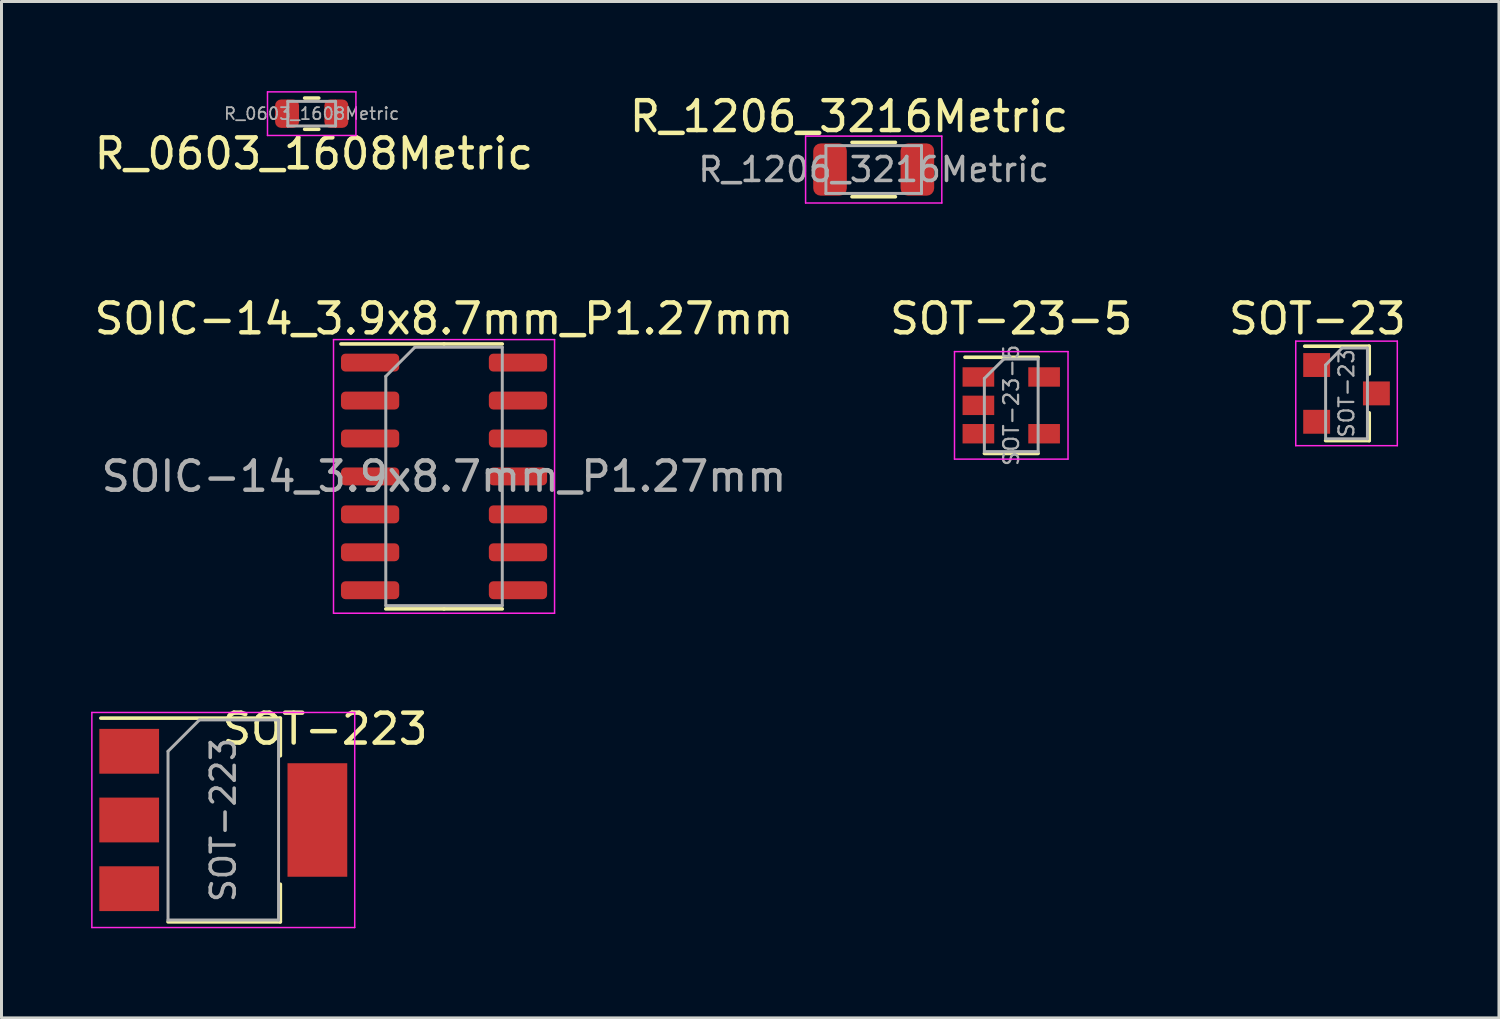
<source format=kicad_pcb>
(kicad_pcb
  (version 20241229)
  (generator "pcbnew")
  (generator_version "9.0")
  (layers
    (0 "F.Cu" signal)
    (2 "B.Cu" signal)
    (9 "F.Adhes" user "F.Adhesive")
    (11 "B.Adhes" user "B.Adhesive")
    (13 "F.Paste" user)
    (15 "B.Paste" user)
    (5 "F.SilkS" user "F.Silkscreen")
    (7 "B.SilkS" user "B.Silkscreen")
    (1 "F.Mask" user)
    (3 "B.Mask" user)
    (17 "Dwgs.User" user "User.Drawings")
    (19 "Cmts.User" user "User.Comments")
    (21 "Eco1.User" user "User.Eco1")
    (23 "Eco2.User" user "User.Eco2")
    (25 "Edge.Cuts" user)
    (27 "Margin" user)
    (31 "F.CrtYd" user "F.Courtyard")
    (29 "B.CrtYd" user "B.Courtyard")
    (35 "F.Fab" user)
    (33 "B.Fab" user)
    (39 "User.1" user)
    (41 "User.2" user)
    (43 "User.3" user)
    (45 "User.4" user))
  (footprint "SOT-23"
    (layer "F.Cu")
    (at 42.028 10.12)
    (property "Reference" "SOT-23" (at -0.974 -2.5 0) (layer "F.SilkS") (effects (font (size 1 1) (thickness 0.15))))
    (attr smd)
    (fp_line (start 0.76 -1.58) (end -1.4 -1.58) (stroke (width 0.12) (type solid)) (layer "F.SilkS"))
    (fp_line (start 0.76 -1.58) (end 0.76 -0.65) (stroke (width 0.12) (type solid)) (layer "F.SilkS"))
    (fp_line (start 0.76 1.58) (end -0.7 1.58) (stroke (width 0.12) (type solid)) (layer "F.SilkS"))
    (fp_line (start 0.76 1.58) (end 0.76 0.65) (stroke (width 0.12) (type solid)) (layer "F.SilkS"))
    (fp_line (start -1.7 -1.75) (end 1.7 -1.75) (stroke (width 0.05) (type solid)) (layer "F.CrtYd"))
    (fp_line (start -1.7 1.75) (end -1.7 -1.75) (stroke (width 0.05) (type solid)) (layer "F.CrtYd"))
    (fp_line (start 1.7 -1.75) (end 1.7 1.75) (stroke (width 0.05) (type solid)) (layer "F.CrtYd"))
    (fp_line (start 1.7 1.75) (end -1.7 1.75) (stroke (width 0.05) (type solid)) (layer "F.CrtYd"))
    (fp_line (start -0.7 -0.95) (end -0.7 1.5) (stroke (width 0.1) (type solid)) (layer "F.Fab"))
    (fp_line (start -0.7 -0.95) (end -0.15 -1.52) (stroke (width 0.1) (type solid)) (layer "F.Fab"))
    (fp_line (start -0.7 1.52) (end 0.7 1.52) (stroke (width 0.1) (type solid)) (layer "F.Fab"))
    (fp_line (start -0.15 -1.52) (end 0.7 -1.52) (stroke (width 0.1) (type solid)) (layer "F.Fab"))
    (fp_line (start 0.7 -1.52) (end 0.7 1.52) (stroke (width 0.1) (type solid)) (layer "F.Fab"))
    (fp_text user "${REFERENCE}" (at 0 0 90) (layer "F.Fab") (effects (font (size 0.5 0.5) (thickness 0.075))))
    (pad "1" smd rect (at -1 -0.95) (size 0.9 0.8) (layers "F.Cu" "F.Mask" "F.Paste"))
    (pad "2" smd rect (at -1 0.95) (size 0.9 0.8) (layers "F.Cu" "F.Mask" "F.Paste"))
    (pad "3" smd rect (at 1 0) (size 0.9 0.8) (layers "F.Cu" "F.Mask" "F.Paste")))
  (footprint "R_1206_3216Metric"
    (layer "F.Cu")
    (at 26.199 2.626)
    (property "Reference" "R_1206_3216Metric" (at -0.824 -1.778 0) (layer "F.SilkS") (effects (font (size 1 1) (thickness 0.15))))
    (attr smd)
    (fp_line (start -0.727 -0.91) (end 0.727 -0.91) (stroke (width 0.12) (type solid)) (layer "F.SilkS"))
    (fp_line (start -0.727 0.91) (end 0.727 0.91) (stroke (width 0.12) (type solid)) (layer "F.SilkS"))
    (fp_line (start -2.28 -1.12) (end 2.28 -1.12) (stroke (width 0.05) (type solid)) (layer "F.CrtYd"))
    (fp_line (start -2.28 1.12) (end -2.28 -1.12) (stroke (width 0.05) (type solid)) (layer "F.CrtYd"))
    (fp_line (start 2.28 -1.12) (end 2.28 1.12) (stroke (width 0.05) (type solid)) (layer "F.CrtYd"))
    (fp_line (start 2.28 1.12) (end -2.28 1.12) (stroke (width 0.05) (type solid)) (layer "F.CrtYd"))
    (fp_line (start -1.6 -0.8) (end 1.6 -0.8) (stroke (width 0.1) (type solid)) (layer "F.Fab"))
    (fp_line (start -1.6 0.8) (end -1.6 -0.8) (stroke (width 0.1) (type solid)) (layer "F.Fab"))
    (fp_line (start 1.6 -0.8) (end 1.6 0.8) (stroke (width 0.1) (type solid)) (layer "F.Fab"))
    (fp_line (start 1.6 0.8) (end -1.6 0.8) (stroke (width 0.1) (type solid)) (layer "F.Fab"))
    (fp_text user "${REFERENCE}" (at 0 0 0) (layer "F.Fab") (effects (font (size 0.8 0.8) (thickness 0.12))))
    (pad "1" smd roundrect (at -1.462 0) (size 1.125 1.75) (layers "F.Cu" "F.Mask" "F.Paste") (roundrect_rratio 0.222))
    (pad "2" smd roundrect (at 1.462 0) (size 1.125 1.75) (layers "F.Cu" "F.Mask" "F.Paste") (roundrect_rratio 0.222)))
  (footprint "R_0603_1608Metric"
    (layer "F.Cu")
    (at 7.385 0.755)
    (property "Reference" "R_0603_1608Metric" (at 0.073 1.34 0) (layer "F.SilkS") (effects (font (size 1 1) (thickness 0.15))))
    (attr smd)
    (fp_line (start -0.237 -0.522) (end 0.237 -0.522) (stroke (width 0.12) (type solid)) (layer "F.SilkS"))
    (fp_line (start -0.237 0.522) (end 0.237 0.522) (stroke (width 0.12) (type solid)) (layer "F.SilkS"))
    (fp_line (start -1.48 -0.73) (end 1.48 -0.73) (stroke (width 0.05) (type solid)) (layer "F.CrtYd"))
    (fp_line (start -1.48 0.73) (end -1.48 -0.73) (stroke (width 0.05) (type solid)) (layer "F.CrtYd"))
    (fp_line (start 1.48 -0.73) (end 1.48 0.73) (stroke (width 0.05) (type solid)) (layer "F.CrtYd"))
    (fp_line (start 1.48 0.73) (end -1.48 0.73) (stroke (width 0.05) (type solid)) (layer "F.CrtYd"))
    (fp_line (start -0.8 -0.412) (end 0.8 -0.412) (stroke (width 0.1) (type solid)) (layer "F.Fab"))
    (fp_line (start -0.8 0.412) (end -0.8 -0.412) (stroke (width 0.1) (type solid)) (layer "F.Fab"))
    (fp_line (start 0.8 -0.412) (end 0.8 0.412) (stroke (width 0.1) (type solid)) (layer "F.Fab"))
    (fp_line (start 0.8 0.412) (end -0.8 0.412) (stroke (width 0.1) (type solid)) (layer "F.Fab"))
    (fp_text user "${REFERENCE}" (at 0 0 0) (layer "F.Fab") (effects (font (size 0.4 0.4) (thickness 0.06))))
    (pad "1" smd roundrect (at -0.825 0) (size 0.8 0.95) (layers "F.Cu" "F.Mask" "F.Paste") (roundrect_rratio 0.25))
    (pad "2" smd roundrect (at 0.825 0) (size 0.8 0.95) (layers "F.Cu" "F.Mask" "F.Paste") (roundrect_rratio 0.25)))
  (footprint "SOIC-14_3.9x8.7mm_P1.27mm"
    (layer "F.Cu")
    (at 11.815 12.899)
    (property "Reference" "SOIC-14_3.9x8.7mm_P1.27mm" (at 0 -5.28 180) (layer "F.SilkS") (effects (font (size 1 1) (thickness 0.15))))
    (attr smd)
    (fp_line (start 0 -4.435) (end -3.45 -4.435) (stroke (width 0.12) (type solid)) (layer "F.SilkS"))
    (fp_line (start 0 -4.435) (end 1.95 -4.435) (stroke (width 0.12) (type solid)) (layer "F.SilkS"))
    (fp_line (start 0 4.435) (end -1.95 4.435) (stroke (width 0.12) (type solid)) (layer "F.SilkS"))
    (fp_line (start 0 4.435) (end 1.95 4.435) (stroke (width 0.12) (type solid)) (layer "F.SilkS"))
    (fp_line (start -3.7 -4.58) (end -3.7 4.58) (stroke (width 0.05) (type solid)) (layer "F.CrtYd"))
    (fp_line (start -3.7 4.58) (end 3.7 4.58) (stroke (width 0.05) (type solid)) (layer "F.CrtYd"))
    (fp_line (start 3.7 -4.58) (end -3.7 -4.58) (stroke (width 0.05) (type solid)) (layer "F.CrtYd"))
    (fp_line (start 3.7 4.58) (end 3.7 -4.58) (stroke (width 0.05) (type solid)) (layer "F.CrtYd"))
    (fp_line (start -1.95 -3.35) (end -0.975 -4.325) (stroke (width 0.1) (type solid)) (layer "F.Fab"))
    (fp_line (start -1.95 4.325) (end -1.95 -3.35) (stroke (width 0.1) (type solid)) (layer "F.Fab"))
    (fp_line (start -0.975 -4.325) (end 1.95 -4.325) (stroke (width 0.1) (type solid)) (layer "F.Fab"))
    (fp_line (start 1.95 -4.325) (end 1.95 4.325) (stroke (width 0.1) (type solid)) (layer "F.Fab"))
    (fp_line (start 1.95 4.325) (end -1.95 4.325) (stroke (width 0.1) (type solid)) (layer "F.Fab"))
    (fp_text user "${REFERENCE}" (at 0 0 180) (layer "F.Fab") (effects (font (size 0.98 0.98) (thickness 0.15))))
    (pad "1" smd roundrect (at -2.475 -3.81) (size 1.95 0.6) (layers "F.Cu" "F.Mask" "F.Paste") (roundrect_rratio 0.25))
    (pad "2" smd roundrect (at -2.475 -2.54) (size 1.95 0.6) (layers "F.Cu" "F.Mask" "F.Paste") (roundrect_rratio 0.25))
    (pad "3" smd roundrect (at -2.475 -1.27) (size 1.95 0.6) (layers "F.Cu" "F.Mask" "F.Paste") (roundrect_rratio 0.25))
    (pad "4" smd roundrect (at -2.475 0) (size 1.95 0.6) (layers "F.Cu" "F.Mask" "F.Paste") (roundrect_rratio 0.25))
    (pad "5" smd roundrect (at -2.475 1.27) (size 1.95 0.6) (layers "F.Cu" "F.Mask" "F.Paste") (roundrect_rratio 0.25))
    (pad "6" smd roundrect (at -2.475 2.54) (size 1.95 0.6) (layers "F.Cu" "F.Mask" "F.Paste") (roundrect_rratio 0.25))
    (pad "7" smd roundrect (at -2.475 3.81) (size 1.95 0.6) (layers "F.Cu" "F.Mask" "F.Paste") (roundrect_rratio 0.25))
    (pad "8" smd roundrect (at 2.475 3.81) (size 1.95 0.6) (layers "F.Cu" "F.Mask" "F.Paste") (roundrect_rratio 0.25))
    (pad "9" smd roundrect (at 2.475 2.54) (size 1.95 0.6) (layers "F.Cu" "F.Mask" "F.Paste") (roundrect_rratio 0.25))
    (pad "10" smd roundrect (at 2.475 1.27) (size 1.95 0.6) (layers "F.Cu" "F.Mask" "F.Paste") (roundrect_rratio 0.25))
    (pad "11" smd roundrect (at 2.475 0) (size 1.95 0.6) (layers "F.Cu" "F.Mask" "F.Paste") (roundrect_rratio 0.25))
    (pad "12" smd roundrect (at 2.475 -1.27) (size 1.95 0.6) (layers "F.Cu" "F.Mask" "F.Paste") (roundrect_rratio 0.25))
    (pad "13" smd roundrect (at 2.475 -2.54) (size 1.95 0.6) (layers "F.Cu" "F.Mask" "F.Paste") (roundrect_rratio 0.25))
    (pad "14" smd roundrect (at 2.475 -3.81) (size 1.95 0.6) (layers "F.Cu" "F.Mask" "F.Paste") (roundrect_rratio 0.25)))
  (footprint "SOT-23-5"
    (layer "F.Cu")
    (at 30.804 10.52)
    (property "Reference" "SOT-23-5" (at 0 -2.9 0) (layer "F.SilkS") (effects (font (size 1 1) (thickness 0.15))))
    (attr smd)
    (fp_line (start -0.9 1.61) (end 0.9 1.61) (stroke (width 0.12) (type solid)) (layer "F.SilkS"))
    (fp_line (start 0.9 -1.61) (end -1.55 -1.61) (stroke (width 0.12) (type solid)) (layer "F.SilkS"))
    (fp_line (start -1.9 -1.8) (end 1.9 -1.8) (stroke (width 0.05) (type solid)) (layer "F.CrtYd"))
    (fp_line (start -1.9 1.8) (end -1.9 -1.8) (stroke (width 0.05) (type solid)) (layer "F.CrtYd"))
    (fp_line (start 1.9 -1.8) (end 1.9 1.8) (stroke (width 0.05) (type solid)) (layer "F.CrtYd"))
    (fp_line (start 1.9 1.8) (end -1.9 1.8) (stroke (width 0.05) (type solid)) (layer "F.CrtYd"))
    (fp_line (start -0.9 -0.9) (end -0.9 1.55) (stroke (width 0.1) (type solid)) (layer "F.Fab"))
    (fp_line (start -0.9 -0.9) (end -0.25 -1.55) (stroke (width 0.1) (type solid)) (layer "F.Fab"))
    (fp_line (start 0.9 -1.55) (end -0.25 -1.55) (stroke (width 0.1) (type solid)) (layer "F.Fab"))
    (fp_line (start 0.9 -1.55) (end 0.9 1.55) (stroke (width 0.1) (type solid)) (layer "F.Fab"))
    (fp_line (start 0.9 1.55) (end -0.9 1.55) (stroke (width 0.1) (type solid)) (layer "F.Fab"))
    (fp_text user "${REFERENCE}" (at 0 0 90) (layer "F.Fab") (effects (font (size 0.5 0.5) (thickness 0.075))))
    (pad "1" smd rect (at -1.1 -0.95) (size 1.06 0.65) (layers "F.Cu" "F.Mask" "F.Paste"))
    (pad "2" smd rect (at -1.1 0) (size 1.06 0.65) (layers "F.Cu" "F.Mask" "F.Paste"))
    (pad "3" smd rect (at -1.1 0.95) (size 1.06 0.65) (layers "F.Cu" "F.Mask" "F.Paste"))
    (pad "4" smd rect (at 1.1 0.95) (size 1.06 0.65) (layers "F.Cu" "F.Mask" "F.Paste"))
    (pad "5" smd rect (at 1.1 -0.95) (size 1.06 0.65) (layers "F.Cu" "F.Mask" "F.Paste")))
  (footprint "SOT-223"
    (layer "F.Cu")
    (at 4.425 24.401)
    (property "Reference" "SOT-223" (at 3.404 -3.048 0) (layer "F.SilkS") (effects (font (size 1 1) (thickness 0.15))))
    (attr smd)
    (fp_line (start -4.1 -3.41) (end 1.91 -3.41) (stroke (width 0.12) (type solid)) (layer "F.SilkS"))
    (fp_line (start -1.85 3.41) (end 1.91 3.41) (stroke (width 0.12) (type solid)) (layer "F.SilkS"))
    (fp_line (start 1.91 -3.41) (end 1.91 -2.15) (stroke (width 0.12) (type solid)) (layer "F.SilkS"))
    (fp_line (start 1.91 3.41) (end 1.91 2.15) (stroke (width 0.12) (type solid)) (layer "F.SilkS"))
    (fp_line (start -4.4 -3.6) (end -4.4 3.6) (stroke (width 0.05) (type solid)) (layer "F.CrtYd"))
    (fp_line (start -4.4 3.6) (end 4.4 3.6) (stroke (width 0.05) (type solid)) (layer "F.CrtYd"))
    (fp_line (start 4.4 -3.6) (end -4.4 -3.6) (stroke (width 0.05) (type solid)) (layer "F.CrtYd"))
    (fp_line (start 4.4 3.6) (end 4.4 -3.6) (stroke (width 0.05) (type solid)) (layer "F.CrtYd"))
    (fp_line (start -1.85 -2.3) (end -1.85 3.35) (stroke (width 0.1) (type solid)) (layer "F.Fab"))
    (fp_line (start -1.85 -2.3) (end -0.8 -3.35) (stroke (width 0.1) (type solid)) (layer "F.Fab"))
    (fp_line (start -1.85 3.35) (end 1.85 3.35) (stroke (width 0.1) (type solid)) (layer "F.Fab"))
    (fp_line (start -0.8 -3.35) (end 1.85 -3.35) (stroke (width 0.1) (type solid)) (layer "F.Fab"))
    (fp_line (start 1.85 -3.35) (end 1.85 3.35) (stroke (width 0.1) (type solid)) (layer "F.Fab"))
    (fp_text user "${REFERENCE}" (at 0 0 90) (layer "F.Fab") (effects (font (size 0.8 0.8) (thickness 0.12))))
    (pad "1" smd rect (at -3.15 -2.3) (size 2 1.5) (layers "F.Cu" "F.Mask" "F.Paste"))
    (pad "2" smd rect (at -3.15 0) (size 2 1.5) (layers "F.Cu" "F.Mask" "F.Paste"))
    (pad "3" smd rect (at -3.15 2.3) (size 2 1.5) (layers "F.Cu" "F.Mask" "F.Paste"))
    (pad "4" smd rect (at 3.15 0) (size 2 3.8) (layers "F.Cu" "F.Mask" "F.Paste")))
  (gr_rect
    (start -3 -3)
    (end 47.131 31.026)
    (stroke (width 0.1) (type default))
    (fill no)
    (layer "Edge.Cuts")))
</source>
